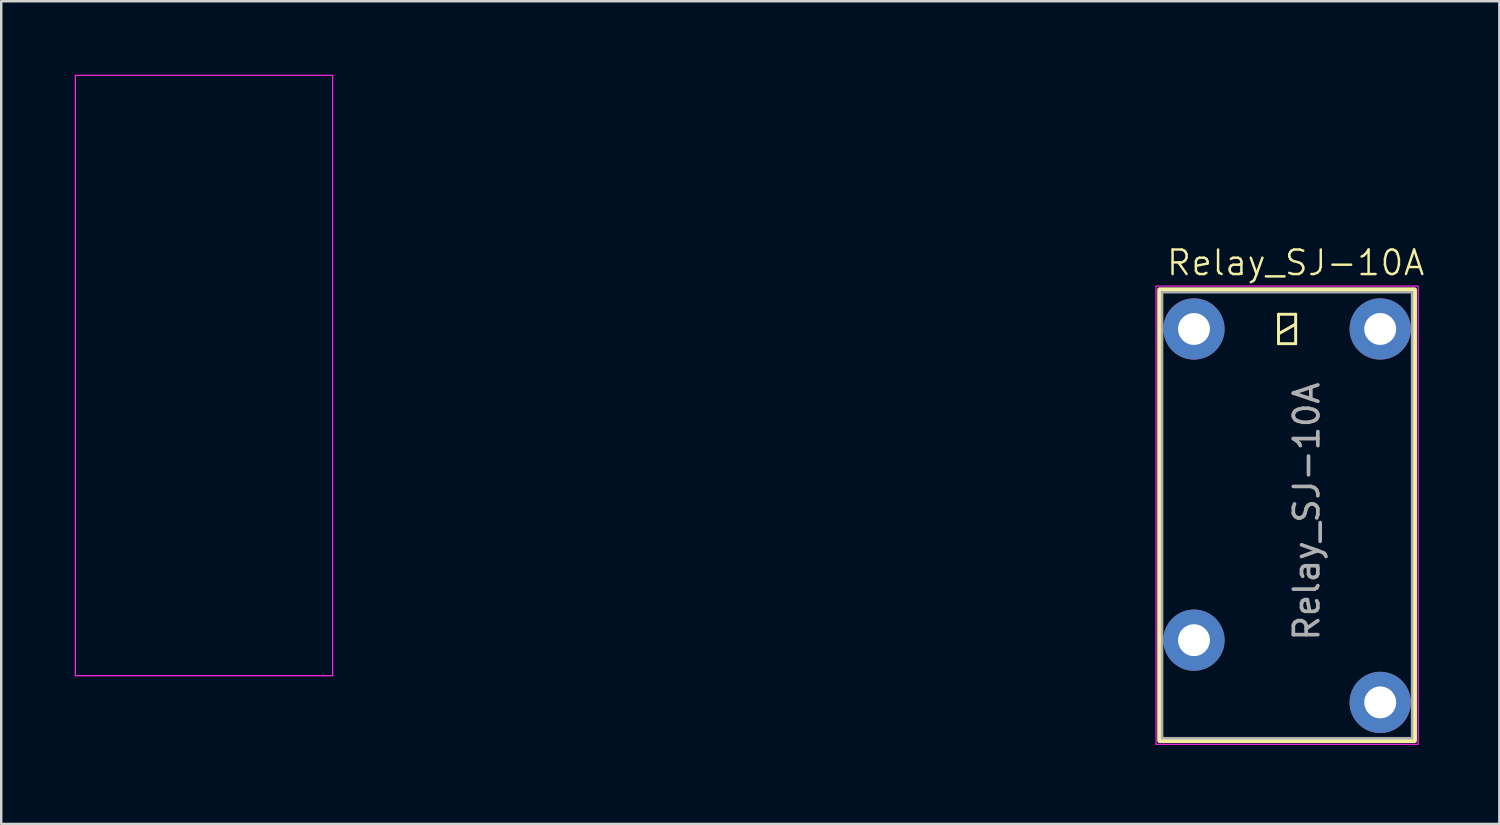
<source format=kicad_pcb>
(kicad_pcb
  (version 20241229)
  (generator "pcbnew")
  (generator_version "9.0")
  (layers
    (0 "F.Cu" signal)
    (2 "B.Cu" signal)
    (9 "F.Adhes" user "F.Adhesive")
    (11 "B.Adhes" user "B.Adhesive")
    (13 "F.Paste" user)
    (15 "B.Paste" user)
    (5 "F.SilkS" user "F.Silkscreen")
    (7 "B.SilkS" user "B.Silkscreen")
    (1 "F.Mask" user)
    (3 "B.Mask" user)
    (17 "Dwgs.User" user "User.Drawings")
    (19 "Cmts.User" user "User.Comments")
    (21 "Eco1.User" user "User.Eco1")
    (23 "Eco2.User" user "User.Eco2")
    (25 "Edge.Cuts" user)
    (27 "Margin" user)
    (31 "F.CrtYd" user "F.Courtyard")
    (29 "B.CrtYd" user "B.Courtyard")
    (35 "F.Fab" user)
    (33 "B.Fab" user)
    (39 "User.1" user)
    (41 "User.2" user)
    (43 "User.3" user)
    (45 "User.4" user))
  (footprint "Relay_SJ-10A"
    (layer "F.Cu")
    (at 44.125 27.325)
    (property "Reference" "Relay_SJ-10A" (at 5.7 -19.65 0) (unlocked yes) (layer "F.SilkS") (effects (font (size 1 1) (thickness 0.1))))
    (attr through_hole)
    (fp_line (start 5 -17.55) (end 5 -16.35) (stroke (width 0.12) (type solid)) (layer "F.SilkS"))
    (fp_line (start 5 -16.75) (end 5.7 -17.15) (stroke (width 0.12) (type solid)) (layer "F.SilkS"))
    (fp_line (start 5 -16.35) (end 5.7 -16.35) (stroke (width 0.12) (type solid)) (layer "F.SilkS"))
    (fp_line (start 5.7 -17.55) (end 5 -17.55) (stroke (width 0.12) (type solid)) (layer "F.SilkS"))
    (fp_line (start 5.7 -16.35) (end 5.7 -17.55) (stroke (width 0.12) (type solid)) (layer "F.SilkS"))
    (fp_rect (start 0.15 -18.55) (end 10.55 -0.15) (stroke (width 0.2) (type default)) (fill no) (layer "F.SilkS"))
    (fp_line (start -44.1 -27.3) (end -44.1 -2.8) (stroke (width 0.05) (type solid)) (layer "F.CrtYd"))
    (fp_line (start -33.6 -27.3) (end -44.1 -27.3) (stroke (width 0.05) (type solid)) (layer "F.CrtYd"))
    (fp_line (start -33.6 -2.8) (end -44.1 -2.8) (stroke (width 0.05) (type solid)) (layer "F.CrtYd"))
    (fp_line (start -33.6 -2.8) (end -33.6 -27.3) (stroke (width 0.05) (type solid)) (layer "F.CrtYd"))
    (fp_rect (start 0 -18.7) (end 10.7 0) (stroke (width 0.05) (type default)) (fill no) (layer "F.CrtYd"))
    (fp_line (start 0.25 -18.45) (end 0.25 -0.25) (stroke (width 0.1) (type solid)) (layer "F.Fab"))
    (fp_line (start 10.45 -18.45) (end 0.25 -18.45) (stroke (width 0.1) (type solid)) (layer "F.Fab"))
    (fp_line (start 10.45 -0.25) (end 0.25 -0.25) (stroke (width 0.1) (type solid)) (layer "F.Fab"))
    (fp_line (start 10.45 -0.25) (end 10.45 -18.45) (stroke (width 0.1) (type solid)) (layer "F.Fab"))
    (fp_text user "${REFERENCE}" (at 6.15 -9.5 90) (unlocked yes) (layer "F.Fab") (effects (font (size 1 1) (thickness 0.15))))
    (pad "13" thru_hole oval (at 1.55 -4.25) (size 2.5 2.5) (drill 1.3) (layers "*.Cu" "*.Mask"))
    (pad "14" thru_hole oval (at 9.15 -1.71) (size 2.5 2.5) (drill 1.3) (layers "*.Cu" "*.Mask"))
    (pad "A1" thru_hole circle (at 1.55 -16.95) (size 2.5 2.5) (drill 1.3) (layers "*.Cu" "*.Mask"))
    (pad "A2" thru_hole oval (at 9.15 -16.95) (size 2.5 2.5) (drill 1.3) (layers "*.Cu" "*.Mask")))
  (gr_rect
    (start -3 -3)
    (end 58.137 30.575)
    (stroke (width 0.1) (type default))
    (fill no)
    (layer "Edge.Cuts")))
</source>
